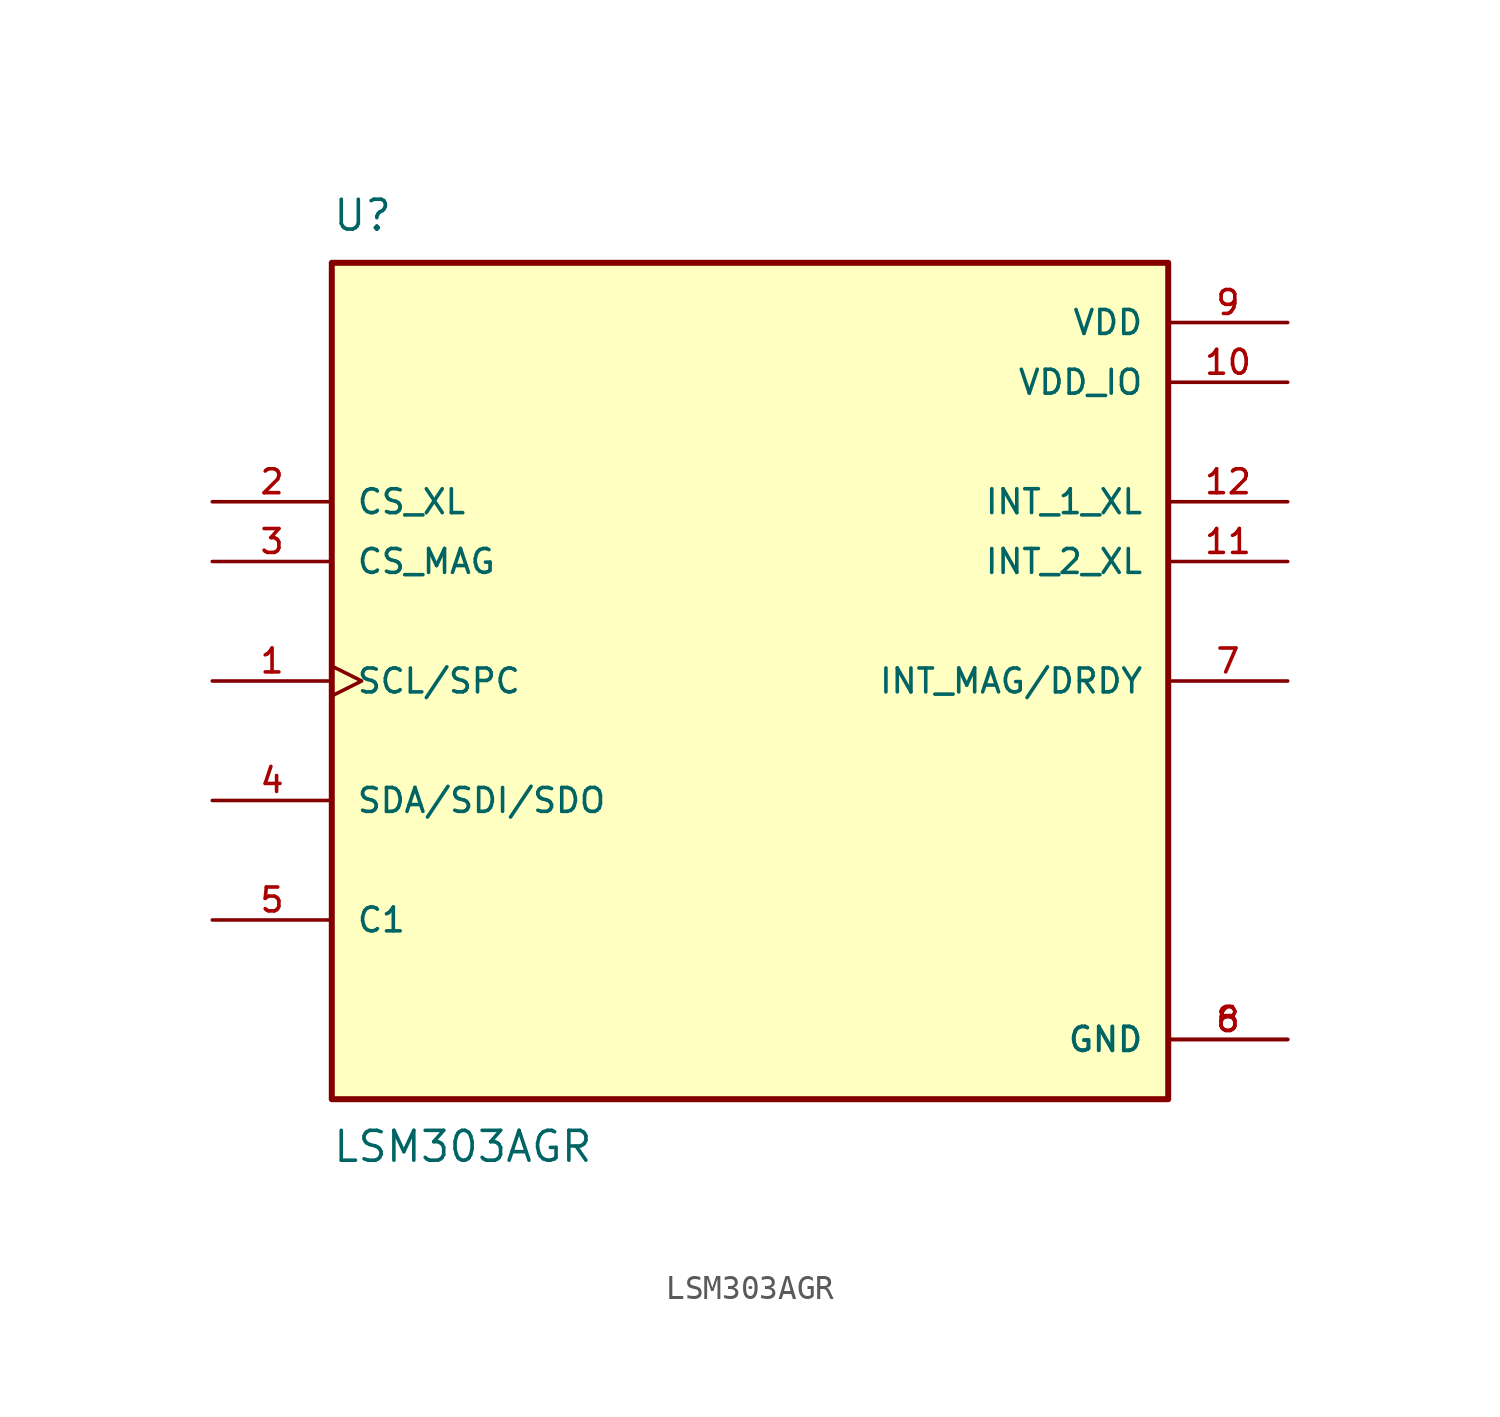
<source format=kicad_sym>
(kicad_symbol_lib
  (version 20211014)
  (generator kicad_symbol_editor)
  (symbol "LSM303AGR"
    (pin_names
      (offset 1.016))
    (property "Reference" "U"
      (at -17.78 19.05 0)
      (effects (font (size 1.27 1.27)) (justify bottom left)))
    (property "Value" "LSM303AGR"
      (at -17.78 -19.05 0.0)
      (effects (font (size 1.27 1.27)) (justify top left)))
    (symbol "LSM303AGR_0_0"
      (rectangle (start -17.78 -17.78) (end 17.78 17.78) (stroke (width 0.254)) (fill (type background)))
      (pin input clock (at -22.86 0.0 0) (length 5.08) (name "SCL/SPC" (effects (font (size 1.016 1.016)))) (number "1" (effects (font (size 1.016 1.016)))))
      (pin input line (at -22.86 7.62 0) (length 5.08) (name "CS_XL" (effects (font (size 1.016 1.016)))) (number "2" (effects (font (size 1.016 1.016)))))
      (pin input line (at -22.86 5.08 0) (length 5.08) (name "CS_MAG" (effects (font (size 1.016 1.016)))) (number "3" (effects (font (size 1.016 1.016)))))
      (pin bidirectional line (at -22.86 -5.08 0) (length 5.08) (name "SDA/SDI/SDO" (effects (font (size 1.016 1.016)))) (number "4" (effects (font (size 1.016 1.016)))))
      (pin passive line (at -22.86 -10.16 0) (length 5.08) (name "C1" (effects (font (size 1.016 1.016)))) (number "5" (effects (font (size 1.016 1.016)))))
      (pin power_in line (at 22.86 -15.24 180.0) (length 5.08) (name "GND" (effects (font (size 1.016 1.016)))) (number "6" (effects (font (size 1.016 1.016)))))
      (pin power_in line (at 22.86 -15.24 180.0) (length 5.08) (name "GND" (effects (font (size 1.016 1.016)))) (number "8" (effects (font (size 1.016 1.016)))))
      (pin output line (at 22.86 0.0 180.0) (length 5.08) (name "INT_MAG/DRDY" (effects (font (size 1.016 1.016)))) (number "7" (effects (font (size 1.016 1.016)))))
      (pin power_in line (at 22.86 15.24 180.0) (length 5.08) (name "VDD" (effects (font (size 1.016 1.016)))) (number "9" (effects (font (size 1.016 1.016)))))
      (pin power_in line (at 22.86 12.7 180.0) (length 5.08) (name "VDD_IO" (effects (font (size 1.016 1.016)))) (number "10" (effects (font (size 1.016 1.016)))))
      (pin output line (at 22.86 5.08 180.0) (length 5.08) (name "INT_2_XL" (effects (font (size 1.016 1.016)))) (number "11" (effects (font (size 1.016 1.016)))))
      (pin output line (at 22.86 7.62 180.0) (length 5.08) (name "INT_1_XL" (effects (font (size 1.016 1.016)))) (number "12" (effects (font (size 1.016 1.016))))))))
</source>
